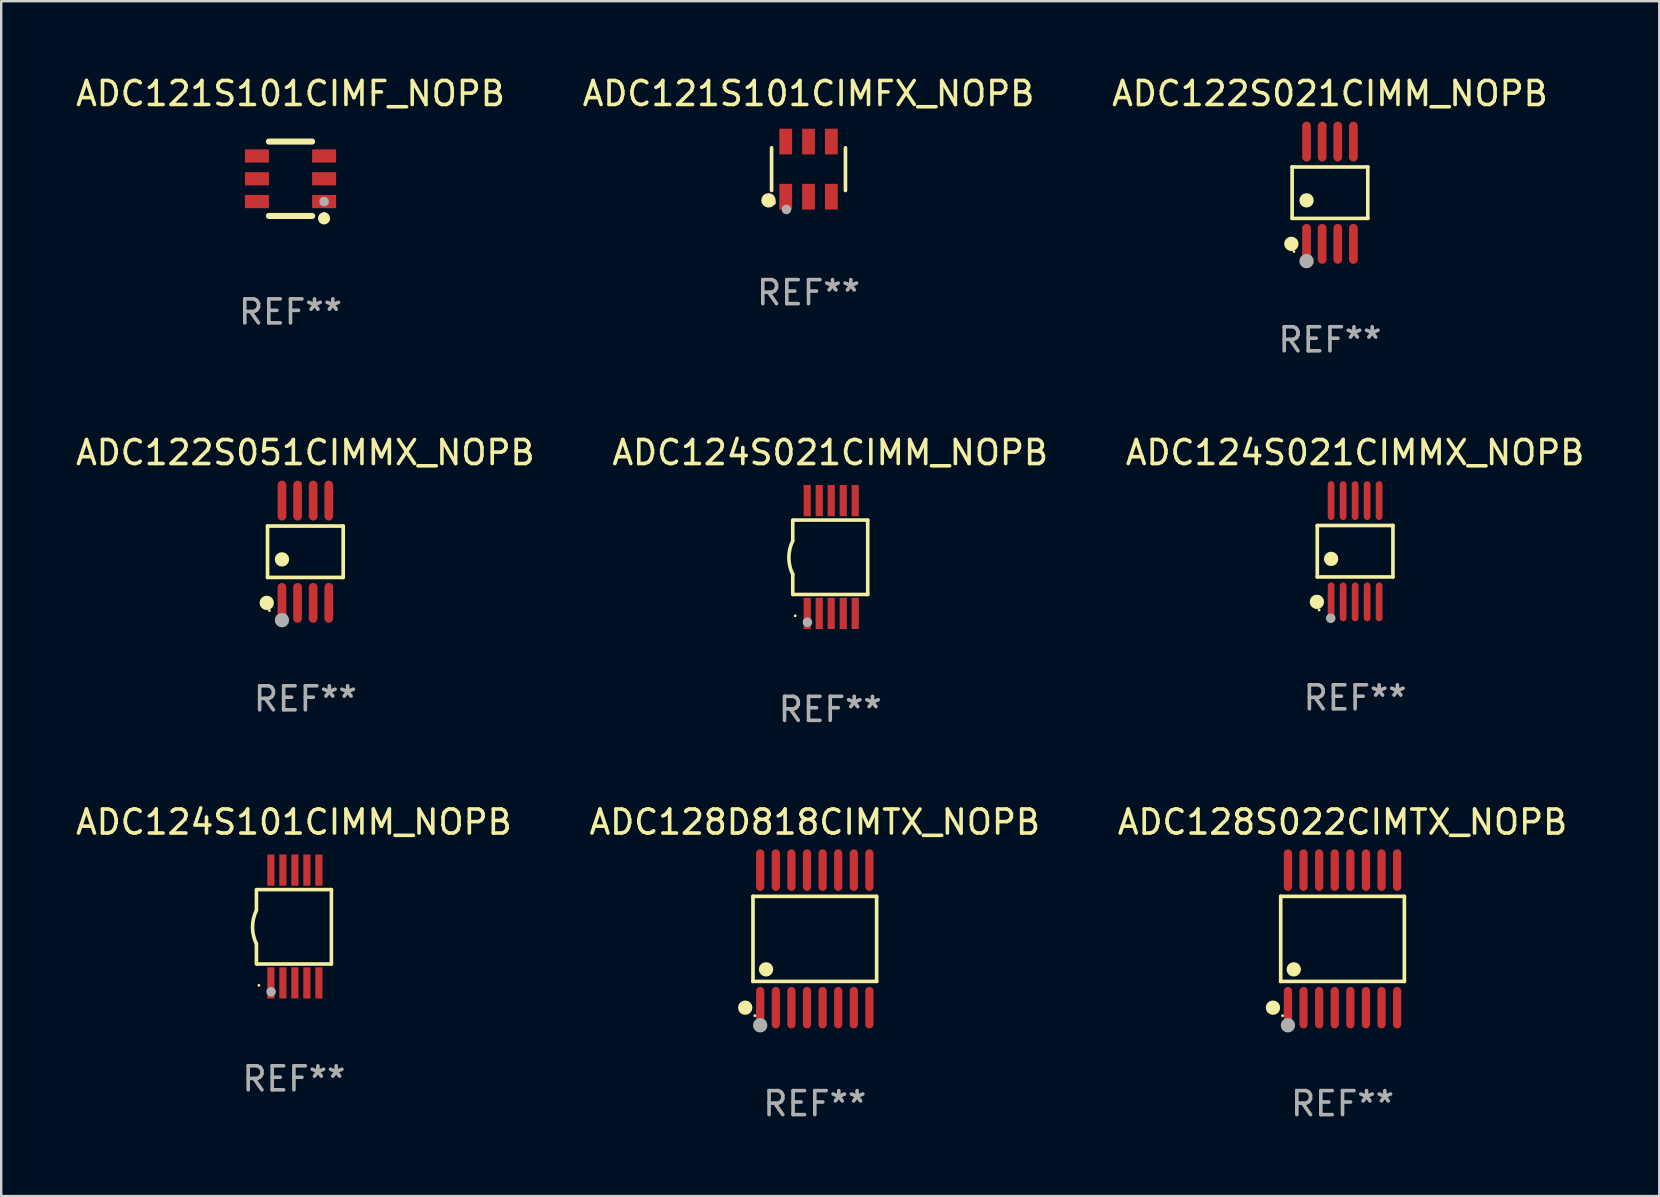
<source format=kicad_pcb>
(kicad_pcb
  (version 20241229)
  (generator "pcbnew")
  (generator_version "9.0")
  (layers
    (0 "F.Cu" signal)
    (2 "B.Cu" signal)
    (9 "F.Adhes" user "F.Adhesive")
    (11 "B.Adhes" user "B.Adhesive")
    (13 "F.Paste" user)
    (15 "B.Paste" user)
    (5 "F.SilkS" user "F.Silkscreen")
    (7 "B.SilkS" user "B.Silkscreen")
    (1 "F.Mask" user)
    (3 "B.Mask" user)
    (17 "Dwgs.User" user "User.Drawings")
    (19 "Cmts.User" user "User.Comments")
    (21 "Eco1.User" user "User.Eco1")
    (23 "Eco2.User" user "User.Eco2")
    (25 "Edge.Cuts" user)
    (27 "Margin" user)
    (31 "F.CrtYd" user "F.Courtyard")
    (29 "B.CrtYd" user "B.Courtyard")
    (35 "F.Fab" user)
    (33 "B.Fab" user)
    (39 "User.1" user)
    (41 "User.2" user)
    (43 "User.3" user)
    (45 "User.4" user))
  (footprint "ADC122S021CIMM_NOPB"
    (layer "F.Cu")
    (at 52.363 4.979)
    (property "Reference" "ADC122S021CIMM_NOPB" (at 0 -4.131 0) (layer "F.SilkS") (effects (font (size 1 1) (thickness 0.15))))
    (attr through_hole)
    (fp_line (start -1.576 -1.071) (end 1.576 -1.071) (stroke (width 0.152) (type solid)) (layer "F.SilkS"))
    (fp_line (start -1.576 1.071) (end -1.576 -1.071) (stroke (width 0.152) (type solid)) (layer "F.SilkS"))
    (fp_line (start 1.576 -1.071) (end 1.576 1.071) (stroke (width 0.152) (type solid)) (layer "F.SilkS"))
    (fp_line (start 1.576 1.071) (end -1.576 1.071) (stroke (width 0.152) (type solid)) (layer "F.SilkS"))
    (fp_circle (center -1.609 2.131) (end -1.459 2.131) (stroke (width 0.3) (type solid)) (fill no) (layer "F.SilkS"))
    (fp_circle (center -1.5 2.45) (end -1.47 2.45) (stroke (width 0.06) (type solid)) (fill no) (layer "F.SilkS"))
    (fp_circle (center -0.975 0.319) (end -0.825 0.319) (stroke (width 0.3) (type solid)) (fill no) (layer "F.SilkS"))
    (fp_circle (center -0.975 2.85) (end -0.825 2.85) (stroke (width 0.3) (type solid)) (fill no) (layer "F.Fab"))
    (fp_text user "REF**" (at 0 6.131 0) (layer "F.Fab") (effects (font (size 1 1) (thickness 0.15))))
    (pad "1" smd oval (at -0.975 2.131) (size 0.364 1.662) (layers "F.Cu" "F.Mask" "F.Paste"))
    (pad "2" smd oval (at -0.325 2.131) (size 0.364 1.662) (layers "F.Cu" "F.Mask" "F.Paste"))
    (pad "3" smd oval (at 0.325 2.131) (size 0.364 1.662) (layers "F.Cu" "F.Mask" "F.Paste"))
    (pad "4" smd oval (at 0.975 2.131) (size 0.364 1.662) (layers "F.Cu" "F.Mask" "F.Paste"))
    (pad "5" smd oval (at 0.975 -2.131) (size 0.364 1.662) (layers "F.Cu" "F.Mask" "F.Paste"))
    (pad "6" smd oval (at 0.325 -2.131) (size 0.364 1.662) (layers "F.Cu" "F.Mask" "F.Paste"))
    (pad "7" smd oval (at -0.325 -2.131) (size 0.364 1.662) (layers "F.Cu" "F.Mask" "F.Paste"))
    (pad "8" smd oval (at -0.975 -2.131) (size 0.364 1.662) (layers "F.Cu" "F.Mask" "F.Paste")))
  (footprint "ADC122S051CIMMX_NOPB"
    (layer "F.Cu")
    (at 9.673 19.938)
    (property "Reference" "ADC122S051CIMMX_NOPB" (at 0 -4.131 0) (layer "F.SilkS") (effects (font (size 1 1) (thickness 0.15))))
    (attr through_hole)
    (fp_line (start -1.576 -1.071) (end 1.576 -1.071) (stroke (width 0.152) (type solid)) (layer "F.SilkS"))
    (fp_line (start -1.576 1.071) (end -1.576 -1.071) (stroke (width 0.152) (type solid)) (layer "F.SilkS"))
    (fp_line (start 1.576 -1.071) (end 1.576 1.071) (stroke (width 0.152) (type solid)) (layer "F.SilkS"))
    (fp_line (start 1.576 1.071) (end -1.576 1.071) (stroke (width 0.152) (type solid)) (layer "F.SilkS"))
    (fp_circle (center -1.609 2.131) (end -1.459 2.131) (stroke (width 0.3) (type solid)) (fill no) (layer "F.SilkS"))
    (fp_circle (center -1.5 2.45) (end -1.47 2.45) (stroke (width 0.06) (type solid)) (fill no) (layer "F.SilkS"))
    (fp_circle (center -0.975 0.319) (end -0.825 0.319) (stroke (width 0.3) (type solid)) (fill no) (layer "F.SilkS"))
    (fp_circle (center -0.975 2.85) (end -0.825 2.85) (stroke (width 0.3) (type solid)) (fill no) (layer "F.Fab"))
    (fp_text user "REF**" (at 0 6.131 0) (layer "F.Fab") (effects (font (size 1 1) (thickness 0.15))))
    (pad "1" smd oval (at -0.975 2.131) (size 0.364 1.662) (layers "F.Cu" "F.Mask" "F.Paste"))
    (pad "2" smd oval (at -0.325 2.131) (size 0.364 1.662) (layers "F.Cu" "F.Mask" "F.Paste"))
    (pad "3" smd oval (at 0.325 2.131) (size 0.364 1.662) (layers "F.Cu" "F.Mask" "F.Paste"))
    (pad "4" smd oval (at 0.975 2.131) (size 0.364 1.662) (layers "F.Cu" "F.Mask" "F.Paste"))
    (pad "5" smd oval (at 0.975 -2.131) (size 0.364 1.662) (layers "F.Cu" "F.Mask" "F.Paste"))
    (pad "6" smd oval (at 0.325 -2.131) (size 0.364 1.662) (layers "F.Cu" "F.Mask" "F.Paste"))
    (pad "7" smd oval (at -0.325 -2.131) (size 0.364 1.662) (layers "F.Cu" "F.Mask" "F.Paste"))
    (pad "8" smd oval (at -0.975 -2.131) (size 0.364 1.662) (layers "F.Cu" "F.Mask" "F.Paste")))
  (footprint "ADC121S101CIMF_NOPB"
    (layer "F.Cu")
    (at 9.054 4.398)
    (property "Reference" "ADC121S101CIMF_NOPB" (at 0 -3.55 0) (layer "F.SilkS") (effects (font (size 1 1) (thickness 0.15))))
    (attr through_hole)
    (fp_line (start -0.9 -1.55) (end 0.9 -1.55) (stroke (width 0.254) (type solid)) (layer "F.SilkS"))
    (fp_line (start -0.9 1.55) (end 0.9 1.55) (stroke (width 0.254) (type solid)) (layer "F.SilkS"))
    (fp_circle (center 1.397 1.651) (end 1.524 1.651) (stroke (width 0.254) (type solid)) (fill no) (layer "F.SilkS"))
    (fp_circle (center 1.4 1.435) (end 1.43 1.435) (stroke (width 0.06) (type solid)) (fill no) (layer "F.SilkS"))
    (fp_circle (center 1.4 0.95) (end 1.5 0.95) (stroke (width 0.2) (type solid)) (fill no) (layer "F.Fab"))
    (fp_text user "REF**" (at 0 5.55 0) (layer "F.Fab") (effects (font (size 1 1) (thickness 0.15))))
    (pad "1" smd rect (at 1.4 0.95) (size 1 0.55) (layers "F.Cu" "F.Mask" "F.Paste"))
    (pad "2" smd rect (at 1.4 -0.000102) (size 1 0.55) (layers "F.Cu" "F.Mask" "F.Paste"))
    (pad "3" smd rect (at 1.4 -0.95) (size 1 0.55) (layers "F.Cu" "F.Mask" "F.Paste"))
    (pad "4" smd rect (at -1.4 -0.95) (size 1 0.55) (layers "F.Cu" "F.Mask" "F.Paste"))
    (pad "5" smd rect (at -1.4 -0.000102) (size 1 0.55) (layers "F.Cu" "F.Mask" "F.Paste"))
    (pad "6" smd rect (at -1.4 0.95) (size 1 0.55) (layers "F.Cu" "F.Mask" "F.Paste")))
  (footprint "ADC128S022CIMTX_NOPB"
    (layer "F.Cu")
    (at 52.887 36.069)
    (property "Reference" "ADC128S022CIMTX_NOPB" (at 0 -4.866 0) (layer "F.SilkS") (effects (font (size 1 1) (thickness 0.15))))
    (attr through_hole)
    (fp_line (start -2.576 -1.772) (end 2.576 -1.772) (stroke (width 0.152) (type solid)) (layer "F.SilkS"))
    (fp_line (start -2.576 1.771) (end -2.576 -1.772) (stroke (width 0.152) (type solid)) (layer "F.SilkS"))
    (fp_line (start 2.576 -1.772) (end 2.576 1.771) (stroke (width 0.152) (type solid)) (layer "F.SilkS"))
    (fp_line (start 2.576 1.771) (end -2.576 1.771) (stroke (width 0.152) (type solid)) (layer "F.SilkS"))
    (fp_circle (center -2.899 2.866) (end -2.749 2.866) (stroke (width 0.3) (type solid)) (fill no) (layer "F.SilkS"))
    (fp_circle (center -2.5 3.2) (end -2.47 3.2) (stroke (width 0.06) (type solid)) (fill no) (layer "F.SilkS"))
    (fp_circle (center -2.032 1.27) (end -1.882 1.27) (stroke (width 0.3) (type solid)) (fill no) (layer "F.SilkS"))
    (fp_circle (center -2.275 3.6) (end -2.125 3.6) (stroke (width 0.3) (type solid)) (fill no) (layer "F.Fab"))
    (fp_text user "REF**" (at 0 6.866 0) (layer "F.Fab") (effects (font (size 1 1) (thickness 0.15))))
    (pad "1" smd oval (at -2.275 2.866) (size 0.343 1.731) (layers "F.Cu" "F.Mask" "F.Paste"))
    (pad "2" smd oval (at -1.625 2.866) (size 0.343 1.731) (layers "F.Cu" "F.Mask" "F.Paste"))
    (pad "3" smd oval (at -0.975 2.866) (size 0.343 1.731) (layers "F.Cu" "F.Mask" "F.Paste"))
    (pad "4" smd oval (at -0.325 2.866) (size 0.343 1.731) (layers "F.Cu" "F.Mask" "F.Paste"))
    (pad "5" smd oval (at 0.325 2.866) (size 0.343 1.731) (layers "F.Cu" "F.Mask" "F.Paste"))
    (pad "6" smd oval (at 0.975 2.866) (size 0.343 1.731) (layers "F.Cu" "F.Mask" "F.Paste"))
    (pad "7" smd oval (at 1.625 2.866) (size 0.343 1.731) (layers "F.Cu" "F.Mask" "F.Paste"))
    (pad "8" smd oval (at 2.275 2.866) (size 0.343 1.731) (layers "F.Cu" "F.Mask" "F.Paste"))
    (pad "9" smd oval (at 2.275 -2.866) (size 0.343 1.731) (layers "F.Cu" "F.Mask" "F.Paste"))
    (pad "10" smd oval (at 1.625 -2.866) (size 0.343 1.731) (layers "F.Cu" "F.Mask" "F.Paste"))
    (pad "11" smd oval (at 0.975 -2.866) (size 0.343 1.731) (layers "F.Cu" "F.Mask" "F.Paste"))
    (pad "12" smd oval (at 0.325 -2.866) (size 0.343 1.731) (layers "F.Cu" "F.Mask" "F.Paste"))
    (pad "13" smd oval (at -0.325 -2.866) (size 0.343 1.731) (layers "F.Cu" "F.Mask" "F.Paste"))
    (pad "14" smd oval (at -0.975 -2.866) (size 0.343 1.731) (layers "F.Cu" "F.Mask" "F.Paste"))
    (pad "15" smd oval (at -1.625 -2.866) (size 0.343 1.731) (layers "F.Cu" "F.Mask" "F.Paste"))
    (pad "16" smd oval (at -2.275 -2.866) (size 0.343 1.731) (layers "F.Cu" "F.Mask" "F.Paste")))
  (footprint "ADC124S021CIMMX_NOPB"
    (layer "F.Cu")
    (at 53.411 19.917)
    (property "Reference" "ADC124S021CIMMX_NOPB" (at 0 -4.11 0) (layer "F.SilkS") (effects (font (size 1 1) (thickness 0.15))))
    (attr through_hole)
    (fp_line (start -1.576 -1.071) (end 1.576 -1.071) (stroke (width 0.152) (type solid)) (layer "F.SilkS"))
    (fp_line (start -1.576 1.071) (end -1.576 -1.071) (stroke (width 0.152) (type solid)) (layer "F.SilkS"))
    (fp_line (start 1.576 -1.071) (end 1.576 1.071) (stroke (width 0.152) (type solid)) (layer "F.SilkS"))
    (fp_line (start 1.576 1.071) (end -1.576 1.071) (stroke (width 0.152) (type solid)) (layer "F.SilkS"))
    (fp_circle (center -1.592 2.11) (end -1.442 2.11) (stroke (width 0.3) (type solid)) (fill no) (layer "F.SilkS"))
    (fp_circle (center -1.5 2.45) (end -1.47 2.45) (stroke (width 0.06) (type solid)) (fill no) (layer "F.SilkS"))
    (fp_circle (center -1 0.319) (end -0.85 0.319) (stroke (width 0.3) (type solid)) (fill no) (layer "F.SilkS"))
    (fp_circle (center -1.016 2.794) (end -0.916 2.794) (stroke (width 0.2) (type solid)) (fill no) (layer "F.Fab"))
    (fp_text user "REF**" (at 0 6.11 0) (layer "F.Fab") (effects (font (size 1 1) (thickness 0.15))))
    (pad "1" smd oval (at -1 2.11) (size 0.28 1.62) (layers "F.Cu" "F.Mask" "F.Paste"))
    (pad "2" smd oval (at -0.5 2.11) (size 0.28 1.62) (layers "F.Cu" "F.Mask" "F.Paste"))
    (pad "3" smd oval (at 0 2.11) (size 0.28 1.62) (layers "F.Cu" "F.Mask" "F.Paste"))
    (pad "4" smd oval (at 0.5 2.11) (size 0.28 1.62) (layers "F.Cu" "F.Mask" "F.Paste"))
    (pad "5" smd oval (at 1 2.11) (size 0.28 1.62) (layers "F.Cu" "F.Mask" "F.Paste"))
    (pad "6" smd oval (at 1 -2.11) (size 0.28 1.62) (layers "F.Cu" "F.Mask" "F.Paste"))
    (pad "7" smd oval (at 0.5 -2.11) (size 0.28 1.62) (layers "F.Cu" "F.Mask" "F.Paste"))
    (pad "8" smd oval (at 0 -2.11) (size 0.28 1.62) (layers "F.Cu" "F.Mask" "F.Paste"))
    (pad "9" smd oval (at -0.5 -2.11) (size 0.28 1.62) (layers "F.Cu" "F.Mask" "F.Paste"))
    (pad "10" smd oval (at -1 -2.11) (size 0.28 1.62) (layers "F.Cu" "F.Mask" "F.Paste")))
  (footprint "ADC128D818CIMTX_NOPB"
    (layer "F.Cu")
    (at 30.899 36.069)
    (property "Reference" "ADC128D818CIMTX_NOPB" (at 0 -4.866 0) (layer "F.SilkS") (effects (font (size 1 1) (thickness 0.15))))
    (attr through_hole)
    (fp_line (start -2.576 -1.772) (end 2.576 -1.772) (stroke (width 0.152) (type solid)) (layer "F.SilkS"))
    (fp_line (start -2.576 1.771) (end -2.576 -1.772) (stroke (width 0.152) (type solid)) (layer "F.SilkS"))
    (fp_line (start 2.576 -1.772) (end 2.576 1.771) (stroke (width 0.152) (type solid)) (layer "F.SilkS"))
    (fp_line (start 2.576 1.771) (end -2.576 1.771) (stroke (width 0.152) (type solid)) (layer "F.SilkS"))
    (fp_circle (center -2.899 2.866) (end -2.749 2.866) (stroke (width 0.3) (type solid)) (fill no) (layer "F.SilkS"))
    (fp_circle (center -2.5 3.2) (end -2.47 3.2) (stroke (width 0.06) (type solid)) (fill no) (layer "F.SilkS"))
    (fp_circle (center -2.032 1.27) (end -1.882 1.27) (stroke (width 0.3) (type solid)) (fill no) (layer "F.SilkS"))
    (fp_circle (center -2.275 3.6) (end -2.125 3.6) (stroke (width 0.3) (type solid)) (fill no) (layer "F.Fab"))
    (fp_text user "REF**" (at 0 6.866 0) (layer "F.Fab") (effects (font (size 1 1) (thickness 0.15))))
    (pad "1" smd oval (at -2.275 2.866) (size 0.343 1.731) (layers "F.Cu" "F.Mask" "F.Paste"))
    (pad "2" smd oval (at -1.625 2.866) (size 0.343 1.731) (layers "F.Cu" "F.Mask" "F.Paste"))
    (pad "3" smd oval (at -0.975 2.866) (size 0.343 1.731) (layers "F.Cu" "F.Mask" "F.Paste"))
    (pad "4" smd oval (at -0.325 2.866) (size 0.343 1.731) (layers "F.Cu" "F.Mask" "F.Paste"))
    (pad "5" smd oval (at 0.325 2.866) (size 0.343 1.731) (layers "F.Cu" "F.Mask" "F.Paste"))
    (pad "6" smd oval (at 0.975 2.866) (size 0.343 1.731) (layers "F.Cu" "F.Mask" "F.Paste"))
    (pad "7" smd oval (at 1.625 2.866) (size 0.343 1.731) (layers "F.Cu" "F.Mask" "F.Paste"))
    (pad "8" smd oval (at 2.275 2.866) (size 0.343 1.731) (layers "F.Cu" "F.Mask" "F.Paste"))
    (pad "9" smd oval (at 2.275 -2.866) (size 0.343 1.731) (layers "F.Cu" "F.Mask" "F.Paste"))
    (pad "10" smd oval (at 1.625 -2.866) (size 0.343 1.731) (layers "F.Cu" "F.Mask" "F.Paste"))
    (pad "11" smd oval (at 0.975 -2.866) (size 0.343 1.731) (layers "F.Cu" "F.Mask" "F.Paste"))
    (pad "12" smd oval (at 0.325 -2.866) (size 0.343 1.731) (layers "F.Cu" "F.Mask" "F.Paste"))
    (pad "13" smd oval (at -0.325 -2.866) (size 0.343 1.731) (layers "F.Cu" "F.Mask" "F.Paste"))
    (pad "14" smd oval (at -0.975 -2.866) (size 0.343 1.731) (layers "F.Cu" "F.Mask" "F.Paste"))
    (pad "15" smd oval (at -1.625 -2.866) (size 0.343 1.731) (layers "F.Cu" "F.Mask" "F.Paste"))
    (pad "16" smd oval (at -2.275 -2.866) (size 0.343 1.731) (layers "F.Cu" "F.Mask" "F.Paste")))
  (footprint "ADC124S101CIMM_NOPB"
    (layer "F.Cu")
    (at 9.196 35.553)
    (property "Reference" "ADC124S101CIMM_NOPB" (at 0 -4.35 0) (layer "F.SilkS") (effects (font (size 1 1) (thickness 0.15))))
    (attr through_hole)
    (fp_line (start -1.562 -1.537) (end -1.562 -0.698) (stroke (width 0.15) (type solid)) (layer "F.SilkS"))
    (fp_line (start -1.562 0.724) (end -1.562 1.562) (stroke (width 0.15) (type solid)) (layer "F.SilkS"))
    (fp_line (start -1.538 -1.537) (end 1.562 -1.537) (stroke (width 0.15) (type solid)) (layer "F.SilkS"))
    (fp_line (start -1.538 1.562) (end 1.562 1.562) (stroke (width 0.15) (type solid)) (layer "F.SilkS"))
    (fp_line (start 1.562 1.564) (end 1.562 -1.537) (stroke (width 0.15) (type solid)) (layer "F.SilkS"))
    (fp_arc (start -1.562103 0.724079) (mid -1.723579 0.025578) (end -1.562103 -0.672924) (stroke (width 0.150013) (type solid)) (layer "F.SilkS"))
    (fp_circle (center -1.459 2.45) (end -1.429 2.45) (stroke (width 0.06) (type solid)) (fill no) (layer "F.SilkS"))
    (fp_circle (center -0.95 2.718) (end -0.85 2.718) (stroke (width 0.2) (type solid)) (fill no) (layer "F.Fab"))
    (fp_text user "REF**" (at 0 6.35 0) (layer "F.Fab") (effects (font (size 1 1) (thickness 0.15))))
    (pad "1" smd rect (at -0.959 2.35) (size 0.3 1.3) (layers "F.Cu" "F.Mask" "F.Paste"))
    (pad "2" smd rect (at -0.459 2.35) (size 0.3 1.3) (layers "F.Cu" "F.Mask" "F.Paste"))
    (pad "3" smd rect (at 0.04 2.35) (size 0.3 1.3) (layers "F.Cu" "F.Mask" "F.Paste"))
    (pad "4" smd rect (at 0.541 2.35) (size 0.3 1.3) (layers "F.Cu" "F.Mask" "F.Paste"))
    (pad "5" smd rect (at 1.041 2.35) (size 0.3 1.3) (layers "F.Cu" "F.Mask" "F.Paste"))
    (pad "6" smd rect (at 1.04 -2.35) (size 0.3 1.3) (layers "F.Cu" "F.Mask" "F.Paste"))
    (pad "7" smd rect (at 0.541 -2.35) (size 0.3 1.3) (layers "F.Cu" "F.Mask" "F.Paste"))
    (pad "8" smd rect (at 0.041 -2.35) (size 0.3 1.3) (layers "F.Cu" "F.Mask" "F.Paste"))
    (pad "9" smd rect (at -0.459 -2.35) (size 0.3 1.3) (layers "F.Cu" "F.Mask" "F.Paste"))
    (pad "10" smd rect (at -0.96 -2.35) (size 0.3 1.3) (layers "F.Cu" "F.Mask" "F.Paste")))
  (footprint "ADC124S021CIMM_NOPB"
    (layer "F.Cu")
    (at 31.542 20.157)
    (property "Reference" "ADC124S021CIMM_NOPB" (at 0 -4.35 0) (layer "F.SilkS") (effects (font (size 1 1) (thickness 0.15))))
    (attr through_hole)
    (fp_line (start -1.562 -1.537) (end -1.562 -0.698) (stroke (width 0.15) (type solid)) (layer "F.SilkS"))
    (fp_line (start -1.562 0.724) (end -1.562 1.562) (stroke (width 0.15) (type solid)) (layer "F.SilkS"))
    (fp_line (start -1.538 -1.537) (end 1.562 -1.537) (stroke (width 0.15) (type solid)) (layer "F.SilkS"))
    (fp_line (start -1.538 1.562) (end 1.562 1.562) (stroke (width 0.15) (type solid)) (layer "F.SilkS"))
    (fp_line (start 1.562 1.564) (end 1.562 -1.537) (stroke (width 0.15) (type solid)) (layer "F.SilkS"))
    (fp_arc (start -1.562103 0.724079) (mid -1.723579 0.025578) (end -1.562103 -0.672924) (stroke (width 0.150013) (type solid)) (layer "F.SilkS"))
    (fp_circle (center -1.459 2.45) (end -1.429 2.45) (stroke (width 0.06) (type solid)) (fill no) (layer "F.SilkS"))
    (fp_circle (center -0.95 2.718) (end -0.85 2.718) (stroke (width 0.2) (type solid)) (fill no) (layer "F.Fab"))
    (fp_text user "REF**" (at 0 6.35 0) (layer "F.Fab") (effects (font (size 1 1) (thickness 0.15))))
    (pad "1" smd rect (at -0.959 2.35) (size 0.3 1.3) (layers "F.Cu" "F.Mask" "F.Paste"))
    (pad "2" smd rect (at -0.459 2.35) (size 0.3 1.3) (layers "F.Cu" "F.Mask" "F.Paste"))
    (pad "3" smd rect (at 0.04 2.35) (size 0.3 1.3) (layers "F.Cu" "F.Mask" "F.Paste"))
    (pad "4" smd rect (at 0.541 2.35) (size 0.3 1.3) (layers "F.Cu" "F.Mask" "F.Paste"))
    (pad "5" smd rect (at 1.041 2.35) (size 0.3 1.3) (layers "F.Cu" "F.Mask" "F.Paste"))
    (pad "6" smd rect (at 1.04 -2.35) (size 0.3 1.3) (layers "F.Cu" "F.Mask" "F.Paste"))
    (pad "7" smd rect (at 0.541 -2.35) (size 0.3 1.3) (layers "F.Cu" "F.Mask" "F.Paste"))
    (pad "8" smd rect (at 0.041 -2.35) (size 0.3 1.3) (layers "F.Cu" "F.Mask" "F.Paste"))
    (pad "9" smd rect (at -0.459 -2.35) (size 0.3 1.3) (layers "F.Cu" "F.Mask" "F.Paste"))
    (pad "10" smd rect (at -0.96 -2.35) (size 0.3 1.3) (layers "F.Cu" "F.Mask" "F.Paste")))
  (footprint "ADC121S101CIMFX_NOPB"
    (layer "F.Cu")
    (at 30.637 3.997)
    (property "Reference" "ADC121S101CIMFX_NOPB" (at 0 -3.149 0) (layer "F.SilkS") (effects (font (size 1 1) (thickness 0.15))))
    (attr through_hole)
    (fp_line (start -1.539 0.889) (end -1.539 -0.889) (stroke (width 0.152) (type solid)) (layer "F.SilkS"))
    (fp_line (start 1.539 0.889) (end 1.539 -0.889) (stroke (width 0.152) (type solid)) (layer "F.SilkS"))
    (fp_circle (center -1.668 1.301) (end -1.518 1.301) (stroke (width 0.3) (type solid)) (fill no) (layer "F.SilkS"))
    (fp_circle (center -1.463 1.4) (end -1.413 1.4) (stroke (width 0.1) (type solid)) (fill no) (layer "F.SilkS"))
    (fp_circle (center -0.92 1.68) (end -0.82 1.68) (stroke (width 0.2) (type solid)) (fill no) (layer "F.Fab"))
    (fp_text user "REF**" (at 0 5.149 0) (layer "F.Fab") (effects (font (size 1 1) (thickness 0.15))))
    (pad "1" smd rect (at -0.95 1.149) (size 0.532 1.072) (layers "F.Cu" "F.Mask" "F.Paste"))
    (pad "2" smd rect (at 0 1.149) (size 0.532 1.072) (layers "F.Cu" "F.Mask" "F.Paste"))
    (pad "3" smd rect (at 0.95 1.149) (size 0.532 1.072) (layers "F.Cu" "F.Mask" "F.Paste"))
    (pad "4" smd rect (at 0.95 -1.149) (size 0.532 1.072) (layers "F.Cu" "F.Mask" "F.Paste"))
    (pad "5" smd rect (at 0 -1.149) (size 0.532 1.072) (layers "F.Cu" "F.Mask" "F.Paste"))
    (pad "6" smd rect (at -0.95 -1.149) (size 0.532 1.072) (layers "F.Cu" "F.Mask" "F.Paste")))
  (gr_rect
    (start -3 -3)
    (end 66.083 46.783)
    (stroke (width 0.1) (type default))
    (fill no)
    (layer "Edge.Cuts")))
</source>
